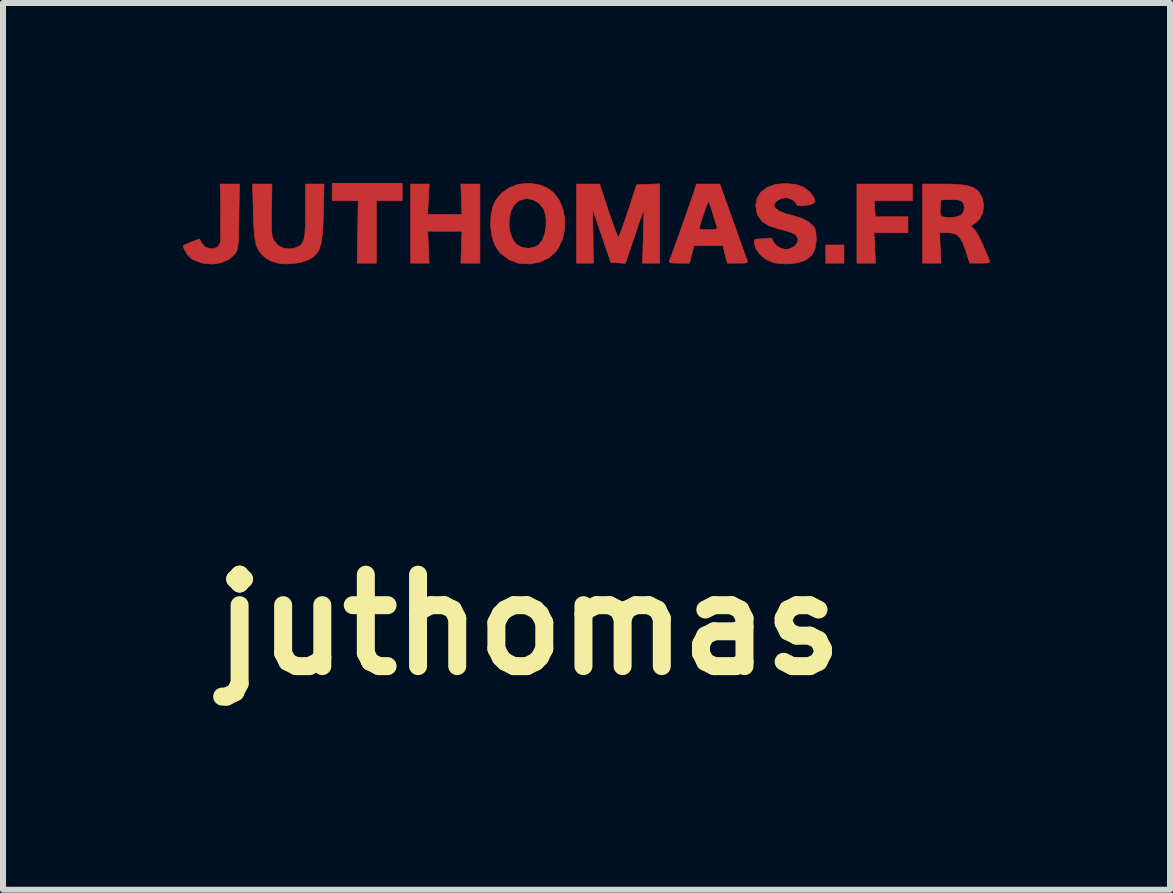
<source format=kicad_pcb>
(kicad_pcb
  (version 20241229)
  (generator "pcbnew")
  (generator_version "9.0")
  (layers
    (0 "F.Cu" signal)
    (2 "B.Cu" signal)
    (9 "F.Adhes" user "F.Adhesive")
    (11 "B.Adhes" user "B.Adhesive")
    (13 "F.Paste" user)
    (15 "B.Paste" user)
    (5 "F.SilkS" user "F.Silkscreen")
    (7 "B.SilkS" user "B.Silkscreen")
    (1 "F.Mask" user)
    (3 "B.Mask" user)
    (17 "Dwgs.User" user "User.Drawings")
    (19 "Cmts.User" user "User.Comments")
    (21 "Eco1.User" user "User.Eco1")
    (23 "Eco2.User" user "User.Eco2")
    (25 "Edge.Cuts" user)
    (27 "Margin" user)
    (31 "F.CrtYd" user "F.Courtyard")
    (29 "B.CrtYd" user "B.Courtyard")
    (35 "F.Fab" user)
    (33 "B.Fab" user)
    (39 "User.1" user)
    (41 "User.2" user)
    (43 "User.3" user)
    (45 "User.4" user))
  (footprint "juthomas"
    (layer "F.Cu")
    (at 6.171 1.567)
    (property "Reference" "juthomas" (at -0.4 5.8 0) (layer "F.SilkS") (effects (font (size 1.524 1.524) (thickness 0.3))))
    (attr through_hole)
    (fp_poly (pts (xy 4.851 -0.229) (xy 4.547 -0.229) (xy 4.547 -0.533) (xy 4.851 -0.533) (xy 4.851 -0.229)) (stroke (width 0.01) (type solid)) (fill yes) (layer "F.Cu"))
    (fp_poly (pts (xy -2.515 -1.27) (xy -2.946 -1.27) (xy -2.946 -0.229) (xy -3.264 -0.229) (xy -3.257 -0.749) (xy -3.249 -1.27) (xy -3.683 -1.27) (xy -3.683 -1.562) (xy -2.515 -1.562) (xy -2.515 -1.27)) (stroke (width 0.01) (type solid)) (fill yes) (layer "F.Cu"))
    (fp_poly (pts (xy 5.994 -1.27) (xy 5.357 -1.27) (xy 5.364 -1.137) (xy 5.372 -1.003) (xy 5.918 -1.003) (xy 5.918 -0.737) (xy 5.353 -0.737) (xy 5.377 -0.229) (xy 5.067 -0.229) (xy 5.067 -1.549) (xy 5.994 -1.549) (xy 5.994 -1.27)) (stroke (width 0.01) (type solid)) (fill yes) (layer "F.Cu"))
    (fp_poly (pts (xy -1.219 -1.549) (xy -1.219 -0.229) (xy -1.378 -0.229) (xy -1.537 -0.229) (xy -1.528 -0.495) (xy -1.519 -0.762) (xy -2.089 -0.762) (xy -2.066 -0.229) (xy -2.375 -0.229) (xy -2.375 -1.549) (xy -2.065 -1.549) (xy -2.09 -1.041) (xy -1.519 -1.041) (xy -1.537 -1.549) (xy -1.219 -1.549)) (stroke (width 0.01) (type solid)) (fill yes) (layer "F.Cu"))
    (fp_poly (pts (xy 1.778 -0.229) (xy 1.491 -0.229) (xy 1.505 -0.673) (xy 1.509 -0.817) (xy 1.512 -0.941) (xy 1.514 -1.038) (xy 1.514 -1.1) (xy 1.513 -1.118) (xy 1.504 -1.095) (xy 1.481 -1.031) (xy 1.448 -0.935) (xy 1.405 -0.812) (xy 1.358 -0.672) (xy 1.206 -0.227) (xy 1.085 -0.234) (xy 0.963 -0.241) (xy 0.661 -1.13) (xy 0.667 -0.679) (xy 0.673 -0.229) (xy 0.394 -0.229) (xy 0.394 -1.549) (xy 0.585 -1.549) (xy 0.776 -1.549) (xy 0.923 -1.105) (xy 0.971 -0.964) (xy 1.014 -0.842) (xy 1.05 -0.746) (xy 1.076 -0.683) (xy 1.089 -0.66) (xy 1.102 -0.683) (xy 1.128 -0.747) (xy 1.164 -0.844) (xy 1.206 -0.966) (xy 1.251 -1.099) (xy 1.394 -1.537) (xy 1.586 -1.544) (xy 1.778 -1.552) (xy 1.778 -0.229)) (stroke (width 0.01) (type solid)) (fill yes) (layer "F.Cu"))
    (fp_poly (pts (xy -5.389 -1.549) (xy -5.229 -1.549) (xy -5.237 -1.005) (xy -5.24 -0.824) (xy -5.243 -0.686) (xy -5.248 -0.585) (xy -5.254 -0.513) (xy -5.263 -0.463) (xy -5.275 -0.428) (xy -5.291 -0.4) (xy -5.299 -0.389) (xy -5.398 -0.296) (xy -5.528 -0.237) (xy -5.678 -0.213) (xy -5.839 -0.229) (xy -5.874 -0.238) (xy -5.957 -0.268) (xy -6.028 -0.305) (xy -6.048 -0.32) (xy -6.092 -0.369) (xy -6.132 -0.43) (xy -6.16 -0.486) (xy -6.166 -0.521) (xy -6.164 -0.524) (xy -6.136 -0.539) (xy -6.075 -0.565) (xy -6.023 -0.585) (xy -5.894 -0.634) (xy -5.856 -0.561) (xy -5.803 -0.502) (xy -5.731 -0.472) (xy -5.655 -0.472) (xy -5.59 -0.501) (xy -5.551 -0.559) (xy -5.549 -0.564) (xy -5.545 -0.608) (xy -5.542 -0.693) (xy -5.541 -0.809) (xy -5.541 -0.949) (xy -5.542 -1.086) (xy -5.55 -1.549) (xy -5.389 -1.549)) (stroke (width 0.01) (type solid)) (fill yes) (layer "F.Cu"))
    (fp_poly (pts (xy -4.694 -1.124) (xy -4.696 -0.962) (xy -4.695 -0.842) (xy -4.692 -0.756) (xy -4.684 -0.694) (xy -4.672 -0.648) (xy -4.656 -0.61) (xy -4.585 -0.523) (xy -4.486 -0.475) (xy -4.371 -0.468) (xy -4.317 -0.48) (xy -4.255 -0.502) (xy -4.208 -0.53) (xy -4.174 -0.572) (xy -4.151 -0.633) (xy -4.137 -0.722) (xy -4.13 -0.844) (xy -4.128 -1.008) (xy -4.128 -1.097) (xy -4.128 -1.549) (xy -3.818 -1.549) (xy -3.828 -1.086) (xy -3.835 -0.872) (xy -3.847 -0.703) (xy -3.866 -0.572) (xy -3.895 -0.472) (xy -3.935 -0.397) (xy -3.989 -0.34) (xy -4.06 -0.296) (xy -4.115 -0.27) (xy -4.224 -0.239) (xy -4.355 -0.22) (xy -4.484 -0.217) (xy -4.572 -0.227) (xy -4.695 -0.263) (xy -4.785 -0.31) (xy -4.854 -0.372) (xy -4.897 -0.425) (xy -4.93 -0.483) (xy -4.954 -0.553) (xy -4.972 -0.645) (xy -4.984 -0.766) (xy -4.992 -0.923) (xy -4.997 -1.086) (xy -5.01 -1.549) (xy -4.848 -1.549) (xy -4.686 -1.549) (xy -4.694 -1.124)) (stroke (width 0.01) (type solid)) (fill yes) (layer "F.Cu"))
    (fp_poly (pts (xy -0.241 -1.54) (xy -0.103 -1.487) (xy 0.015 -1.399) (xy 0.104 -1.277) (xy 0.165 -1.131) (xy 0.195 -0.97) (xy 0.194 -0.803) (xy 0.161 -0.64) (xy 0.093 -0.49) (xy 0.035 -0.409) (xy -0.081 -0.311) (xy -0.227 -0.246) (xy -0.391 -0.216) (xy -0.563 -0.226) (xy -0.579 -0.229) (xy -0.724 -0.283) (xy -0.857 -0.378) (xy -0.907 -0.43) (xy -0.975 -0.543) (xy -1.02 -0.687) (xy -1.041 -0.848) (xy -1.041 -0.848) (xy -0.733 -0.848) (xy -0.711 -0.721) (xy -0.662 -0.609) (xy -0.607 -0.542) (xy -0.515 -0.491) (xy -0.407 -0.476) (xy -0.301 -0.499) (xy -0.237 -0.537) (xy -0.178 -0.614) (xy -0.137 -0.724) (xy -0.116 -0.852) (xy -0.117 -0.981) (xy -0.142 -1.096) (xy -0.16 -1.136) (xy -0.236 -1.231) (xy -0.336 -1.288) (xy -0.447 -1.305) (xy -0.559 -1.276) (xy -0.57 -1.271) (xy -0.647 -1.202) (xy -0.701 -1.101) (xy -0.73 -0.979) (xy -0.733 -0.848) (xy -1.041 -0.848) (xy -1.036 -1.012) (xy -1.006 -1.164) (xy -0.959 -1.274) (xy -0.858 -1.398) (xy -0.727 -1.489) (xy -0.574 -1.545) (xy -0.409 -1.562) (xy -0.241 -1.54)) (stroke (width 0.01) (type solid)) (fill yes) (layer "F.Cu"))
    (fp_poly (pts (xy 6.675 -1.546) (xy 6.822 -1.535) (xy 6.933 -1.515) (xy 7.016 -1.485) (xy 7.076 -1.442) (xy 7.099 -1.419) (xy 7.158 -1.314) (xy 7.18 -1.196) (xy 7.166 -1.077) (xy 7.117 -0.972) (xy 7.045 -0.901) (xy 6.966 -0.847) (xy 7.024 -0.792) (xy 7.06 -0.745) (xy 7.106 -0.662) (xy 7.163 -0.54) (xy 7.235 -0.374) (xy 7.282 -0.26) (xy 7.275 -0.243) (xy 7.233 -0.233) (xy 7.148 -0.229) (xy 7.121 -0.229) (xy 6.947 -0.23) (xy 6.885 -0.426) (xy 6.837 -0.559) (xy 6.788 -0.649) (xy 6.731 -0.704) (xy 6.659 -0.73) (xy 6.576 -0.737) (xy 6.445 -0.737) (xy 6.469 -0.229) (xy 6.16 -0.229) (xy 6.16 -1.095) (xy 6.454 -1.095) (xy 6.459 -1.037) (xy 6.462 -1.026) (xy 6.495 -1.003) (xy 6.561 -0.992) (xy 6.643 -0.991) (xy 6.724 -1.002) (xy 6.789 -1.023) (xy 6.802 -1.03) (xy 6.847 -1.087) (xy 6.858 -1.156) (xy 6.846 -1.226) (xy 6.805 -1.269) (xy 6.73 -1.289) (xy 6.613 -1.29) (xy 6.61 -1.29) (xy 6.464 -1.283) (xy 6.456 -1.172) (xy 6.454 -1.095) (xy 6.16 -1.095) (xy 6.16 -1.549) (xy 6.485 -1.549) (xy 6.675 -1.546)) (stroke (width 0.01) (type solid)) (fill yes) (layer "F.Cu"))
    (fp_poly (pts (xy 2.586 -1.549) (xy 2.781 -1.549) (xy 3.001 -0.933) (xy 3.061 -0.764) (xy 3.116 -0.609) (xy 3.164 -0.476) (xy 3.202 -0.37) (xy 3.228 -0.3) (xy 3.238 -0.273) (xy 3.243 -0.25) (xy 3.226 -0.236) (xy 3.178 -0.23) (xy 3.09 -0.229) (xy 3.081 -0.229) (xy 2.906 -0.229) (xy 2.869 -0.375) (xy 2.832 -0.521) (xy 2.349 -0.521) (xy 2.276 -0.229) (xy 2.1 -0.229) (xy 2.008 -0.23) (xy 1.958 -0.236) (xy 1.939 -0.248) (xy 1.942 -0.271) (xy 1.943 -0.273) (xy 1.962 -0.323) (xy 1.994 -0.41) (xy 2.036 -0.527) (xy 2.085 -0.664) (xy 2.136 -0.806) (xy 2.439 -0.806) (xy 2.462 -0.796) (xy 2.522 -0.79) (xy 2.593 -0.787) (xy 2.677 -0.789) (xy 2.722 -0.796) (xy 2.736 -0.813) (xy 2.733 -0.832) (xy 2.719 -0.877) (xy 2.695 -0.955) (xy 2.667 -1.049) (xy 2.665 -1.054) (xy 2.637 -1.144) (xy 2.612 -1.216) (xy 2.597 -1.254) (xy 2.596 -1.256) (xy 2.585 -1.242) (xy 2.562 -1.191) (xy 2.534 -1.116) (xy 2.503 -1.029) (xy 2.474 -0.942) (xy 2.452 -0.866) (xy 2.44 -0.815) (xy 2.439 -0.806) (xy 2.136 -0.806) (xy 2.138 -0.813) (xy 2.192 -0.965) (xy 2.244 -1.112) (xy 2.29 -1.244) (xy 2.328 -1.354) (xy 2.355 -1.432) (xy 2.366 -1.467) (xy 2.39 -1.549) (xy 2.586 -1.549)) (stroke (width 0.01) (type solid)) (fill yes) (layer "F.Cu"))
    (fp_poly (pts (xy 3.874 -1.558) (xy 4.043 -1.543) (xy 4.176 -1.497) (xy 4.279 -1.418) (xy 4.307 -1.385) (xy 4.356 -1.311) (xy 4.369 -1.259) (xy 4.342 -1.224) (xy 4.272 -1.202) (xy 4.159 -1.187) (xy 4.098 -1.187) (xy 4.066 -1.195) (xy 4.064 -1.199) (xy 4.042 -1.245) (xy 3.987 -1.288) (xy 3.916 -1.316) (xy 3.873 -1.321) (xy 3.799 -1.306) (xy 3.732 -1.268) (xy 3.69 -1.22) (xy 3.683 -1.194) (xy 3.708 -1.143) (xy 3.778 -1.095) (xy 3.888 -1.052) (xy 3.97 -1.031) (xy 4.145 -0.978) (xy 4.274 -0.91) (xy 4.355 -0.826) (xy 4.363 -0.812) (xy 4.383 -0.741) (xy 4.389 -0.637) (xy 4.388 -0.591) (xy 4.366 -0.458) (xy 4.314 -0.36) (xy 4.225 -0.289) (xy 4.177 -0.265) (xy 4.062 -0.233) (xy 3.922 -0.217) (xy 3.781 -0.22) (xy 3.676 -0.238) (xy 3.556 -0.29) (xy 3.456 -0.369) (xy 3.385 -0.464) (xy 3.354 -0.565) (xy 3.353 -0.583) (xy 3.36 -0.616) (xy 3.391 -0.631) (xy 3.457 -0.635) (xy 3.465 -0.635) (xy 3.543 -0.638) (xy 3.602 -0.646) (xy 3.614 -0.649) (xy 3.649 -0.64) (xy 3.668 -0.599) (xy 3.706 -0.537) (xy 3.778 -0.487) (xy 3.865 -0.459) (xy 3.896 -0.457) (xy 3.959 -0.474) (xy 4.024 -0.513) (xy 4.028 -0.516) (xy 4.075 -0.568) (xy 4.085 -0.62) (xy 4.081 -0.64) (xy 4.064 -0.68) (xy 4.029 -0.712) (xy 3.969 -0.741) (xy 3.874 -0.771) (xy 3.75 -0.803) (xy 3.599 -0.854) (xy 3.491 -0.922) (xy 3.421 -1.012) (xy 3.402 -1.058) (xy 3.38 -1.193) (xy 3.403 -1.314) (xy 3.467 -1.415) (xy 3.57 -1.492) (xy 3.706 -1.541) (xy 3.871 -1.558) (xy 3.874 -1.558)) (stroke (width 0.01) (type solid)) (fill yes) (layer "F.Cu"))
    (fp_poly (pts (xy 4.851 -0.229) (xy 4.547 -0.229) (xy 4.547 -0.533) (xy 4.851 -0.533) (xy 4.851 -0.229)) (stroke (width 0.01) (type solid)) (fill yes) (layer "F.Mask"))
    (fp_poly (pts (xy -2.515 -1.27) (xy -2.946 -1.27) (xy -2.946 -0.229) (xy -3.264 -0.229) (xy -3.257 -0.749) (xy -3.249 -1.27) (xy -3.683 -1.27) (xy -3.683 -1.562) (xy -2.515 -1.562) (xy -2.515 -1.27)) (stroke (width 0.01) (type solid)) (fill yes) (layer "F.Mask"))
    (fp_poly (pts (xy 5.994 -1.27) (xy 5.357 -1.27) (xy 5.364 -1.137) (xy 5.372 -1.003) (xy 5.918 -1.003) (xy 5.918 -0.737) (xy 5.353 -0.737) (xy 5.377 -0.229) (xy 5.067 -0.229) (xy 5.067 -1.549) (xy 5.994 -1.549) (xy 5.994 -1.27)) (stroke (width 0.01) (type solid)) (fill yes) (layer "F.Mask"))
    (fp_poly (pts (xy -1.219 -1.549) (xy -1.219 -0.229) (xy -1.378 -0.229) (xy -1.537 -0.229) (xy -1.528 -0.495) (xy -1.519 -0.762) (xy -2.089 -0.762) (xy -2.066 -0.229) (xy -2.375 -0.229) (xy -2.375 -1.549) (xy -2.065 -1.549) (xy -2.09 -1.041) (xy -1.519 -1.041) (xy -1.537 -1.549) (xy -1.219 -1.549)) (stroke (width 0.01) (type solid)) (fill yes) (layer "F.Mask"))
    (fp_poly (pts (xy 1.778 -0.229) (xy 1.491 -0.229) (xy 1.505 -0.673) (xy 1.509 -0.817) (xy 1.512 -0.941) (xy 1.514 -1.038) (xy 1.514 -1.1) (xy 1.513 -1.118) (xy 1.504 -1.095) (xy 1.481 -1.031) (xy 1.448 -0.935) (xy 1.405 -0.812) (xy 1.358 -0.672) (xy 1.206 -0.227) (xy 1.085 -0.234) (xy 0.963 -0.241) (xy 0.661 -1.13) (xy 0.667 -0.679) (xy 0.673 -0.229) (xy 0.394 -0.229) (xy 0.394 -1.549) (xy 0.585 -1.549) (xy 0.776 -1.549) (xy 0.923 -1.105) (xy 0.971 -0.964) (xy 1.014 -0.842) (xy 1.05 -0.746) (xy 1.076 -0.683) (xy 1.089 -0.66) (xy 1.102 -0.683) (xy 1.128 -0.747) (xy 1.164 -0.844) (xy 1.206 -0.966) (xy 1.251 -1.099) (xy 1.394 -1.537) (xy 1.586 -1.544) (xy 1.778 -1.552) (xy 1.778 -0.229)) (stroke (width 0.01) (type solid)) (fill yes) (layer "F.Mask"))
    (fp_poly (pts (xy -5.389 -1.549) (xy -5.229 -1.549) (xy -5.237 -1.005) (xy -5.24 -0.824) (xy -5.243 -0.686) (xy -5.248 -0.585) (xy -5.254 -0.513) (xy -5.263 -0.463) (xy -5.275 -0.428) (xy -5.291 -0.4) (xy -5.299 -0.389) (xy -5.398 -0.296) (xy -5.528 -0.237) (xy -5.678 -0.213) (xy -5.839 -0.229) (xy -5.874 -0.238) (xy -5.957 -0.268) (xy -6.028 -0.305) (xy -6.048 -0.32) (xy -6.092 -0.369) (xy -6.132 -0.43) (xy -6.16 -0.486) (xy -6.166 -0.521) (xy -6.164 -0.524) (xy -6.136 -0.539) (xy -6.075 -0.565) (xy -6.023 -0.585) (xy -5.894 -0.634) (xy -5.856 -0.561) (xy -5.803 -0.502) (xy -5.731 -0.472) (xy -5.655 -0.472) (xy -5.59 -0.501) (xy -5.551 -0.559) (xy -5.549 -0.564) (xy -5.545 -0.608) (xy -5.542 -0.693) (xy -5.541 -0.809) (xy -5.541 -0.949) (xy -5.542 -1.086) (xy -5.55 -1.549) (xy -5.389 -1.549)) (stroke (width 0.01) (type solid)) (fill yes) (layer "F.Mask"))
    (fp_poly (pts (xy -4.694 -1.124) (xy -4.696 -0.962) (xy -4.695 -0.842) (xy -4.692 -0.756) (xy -4.684 -0.694) (xy -4.672 -0.648) (xy -4.656 -0.61) (xy -4.585 -0.523) (xy -4.486 -0.475) (xy -4.371 -0.468) (xy -4.317 -0.48) (xy -4.255 -0.502) (xy -4.208 -0.53) (xy -4.174 -0.572) (xy -4.151 -0.633) (xy -4.137 -0.722) (xy -4.13 -0.844) (xy -4.128 -1.008) (xy -4.128 -1.097) (xy -4.128 -1.549) (xy -3.818 -1.549) (xy -3.828 -1.086) (xy -3.835 -0.872) (xy -3.847 -0.703) (xy -3.866 -0.572) (xy -3.895 -0.472) (xy -3.935 -0.397) (xy -3.989 -0.34) (xy -4.06 -0.296) (xy -4.115 -0.27) (xy -4.224 -0.239) (xy -4.355 -0.22) (xy -4.484 -0.217) (xy -4.572 -0.227) (xy -4.695 -0.263) (xy -4.785 -0.31) (xy -4.854 -0.372) (xy -4.897 -0.425) (xy -4.93 -0.483) (xy -4.954 -0.553) (xy -4.972 -0.645) (xy -4.984 -0.766) (xy -4.992 -0.923) (xy -4.997 -1.086) (xy -5.01 -1.549) (xy -4.848 -1.549) (xy -4.686 -1.549) (xy -4.694 -1.124)) (stroke (width 0.01) (type solid)) (fill yes) (layer "F.Mask"))
    (fp_poly (pts (xy -0.241 -1.54) (xy -0.103 -1.487) (xy 0.015 -1.399) (xy 0.104 -1.277) (xy 0.165 -1.131) (xy 0.195 -0.97) (xy 0.194 -0.803) (xy 0.161 -0.64) (xy 0.093 -0.49) (xy 0.035 -0.409) (xy -0.081 -0.311) (xy -0.227 -0.246) (xy -0.391 -0.216) (xy -0.563 -0.226) (xy -0.579 -0.229) (xy -0.724 -0.283) (xy -0.857 -0.378) (xy -0.907 -0.43) (xy -0.975 -0.543) (xy -1.02 -0.687) (xy -1.041 -0.848) (xy -1.041 -0.848) (xy -0.733 -0.848) (xy -0.711 -0.721) (xy -0.662 -0.609) (xy -0.607 -0.542) (xy -0.515 -0.491) (xy -0.407 -0.476) (xy -0.301 -0.499) (xy -0.237 -0.537) (xy -0.178 -0.614) (xy -0.137 -0.724) (xy -0.116 -0.852) (xy -0.117 -0.981) (xy -0.142 -1.096) (xy -0.16 -1.136) (xy -0.236 -1.231) (xy -0.336 -1.288) (xy -0.447 -1.305) (xy -0.559 -1.276) (xy -0.57 -1.271) (xy -0.647 -1.202) (xy -0.701 -1.101) (xy -0.73 -0.979) (xy -0.733 -0.848) (xy -1.041 -0.848) (xy -1.036 -1.012) (xy -1.006 -1.164) (xy -0.959 -1.274) (xy -0.858 -1.398) (xy -0.727 -1.489) (xy -0.574 -1.545) (xy -0.409 -1.562) (xy -0.241 -1.54)) (stroke (width 0.01) (type solid)) (fill yes) (layer "F.Mask"))
    (fp_poly (pts (xy 6.675 -1.546) (xy 6.822 -1.535) (xy 6.933 -1.515) (xy 7.016 -1.485) (xy 7.076 -1.442) (xy 7.099 -1.419) (xy 7.158 -1.314) (xy 7.18 -1.196) (xy 7.166 -1.077) (xy 7.117 -0.972) (xy 7.045 -0.901) (xy 6.966 -0.847) (xy 7.024 -0.792) (xy 7.06 -0.745) (xy 7.106 -0.662) (xy 7.163 -0.54) (xy 7.235 -0.374) (xy 7.282 -0.26) (xy 7.275 -0.243) (xy 7.233 -0.233) (xy 7.148 -0.229) (xy 7.121 -0.229) (xy 6.947 -0.23) (xy 6.885 -0.426) (xy 6.837 -0.559) (xy 6.788 -0.649) (xy 6.731 -0.704) (xy 6.659 -0.73) (xy 6.576 -0.737) (xy 6.445 -0.737) (xy 6.469 -0.229) (xy 6.16 -0.229) (xy 6.16 -1.095) (xy 6.454 -1.095) (xy 6.459 -1.037) (xy 6.462 -1.026) (xy 6.495 -1.003) (xy 6.561 -0.992) (xy 6.643 -0.991) (xy 6.724 -1.002) (xy 6.789 -1.023) (xy 6.802 -1.03) (xy 6.847 -1.087) (xy 6.858 -1.156) (xy 6.846 -1.226) (xy 6.805 -1.269) (xy 6.73 -1.289) (xy 6.613 -1.29) (xy 6.61 -1.29) (xy 6.464 -1.283) (xy 6.456 -1.172) (xy 6.454 -1.095) (xy 6.16 -1.095) (xy 6.16 -1.549) (xy 6.485 -1.549) (xy 6.675 -1.546)) (stroke (width 0.01) (type solid)) (fill yes) (layer "F.Mask"))
    (fp_poly (pts (xy 2.586 -1.549) (xy 2.781 -1.549) (xy 3.001 -0.933) (xy 3.061 -0.764) (xy 3.116 -0.609) (xy 3.164 -0.476) (xy 3.202 -0.37) (xy 3.228 -0.3) (xy 3.238 -0.273) (xy 3.243 -0.25) (xy 3.226 -0.236) (xy 3.178 -0.23) (xy 3.09 -0.229) (xy 3.081 -0.229) (xy 2.906 -0.229) (xy 2.869 -0.375) (xy 2.832 -0.521) (xy 2.349 -0.521) (xy 2.276 -0.229) (xy 2.1 -0.229) (xy 2.008 -0.23) (xy 1.958 -0.236) (xy 1.939 -0.248) (xy 1.942 -0.271) (xy 1.943 -0.273) (xy 1.962 -0.323) (xy 1.994 -0.41) (xy 2.036 -0.527) (xy 2.085 -0.664) (xy 2.136 -0.806) (xy 2.439 -0.806) (xy 2.462 -0.796) (xy 2.522 -0.79) (xy 2.593 -0.787) (xy 2.677 -0.789) (xy 2.722 -0.796) (xy 2.736 -0.813) (xy 2.733 -0.832) (xy 2.719 -0.877) (xy 2.695 -0.955) (xy 2.667 -1.049) (xy 2.665 -1.054) (xy 2.637 -1.144) (xy 2.612 -1.216) (xy 2.597 -1.254) (xy 2.596 -1.256) (xy 2.585 -1.242) (xy 2.562 -1.191) (xy 2.534 -1.116) (xy 2.503 -1.029) (xy 2.474 -0.942) (xy 2.452 -0.866) (xy 2.44 -0.815) (xy 2.439 -0.806) (xy 2.136 -0.806) (xy 2.138 -0.813) (xy 2.192 -0.965) (xy 2.244 -1.112) (xy 2.29 -1.244) (xy 2.328 -1.354) (xy 2.355 -1.432) (xy 2.366 -1.467) (xy 2.39 -1.549) (xy 2.586 -1.549)) (stroke (width 0.01) (type solid)) (fill yes) (layer "F.Mask"))
    (fp_poly (pts (xy 3.874 -1.558) (xy 4.043 -1.543) (xy 4.176 -1.497) (xy 4.279 -1.418) (xy 4.307 -1.385) (xy 4.356 -1.311) (xy 4.369 -1.259) (xy 4.342 -1.224) (xy 4.272 -1.202) (xy 4.159 -1.187) (xy 4.098 -1.187) (xy 4.066 -1.195) (xy 4.064 -1.199) (xy 4.042 -1.245) (xy 3.987 -1.288) (xy 3.916 -1.316) (xy 3.873 -1.321) (xy 3.799 -1.306) (xy 3.732 -1.268) (xy 3.69 -1.22) (xy 3.683 -1.194) (xy 3.708 -1.143) (xy 3.778 -1.095) (xy 3.888 -1.052) (xy 3.97 -1.031) (xy 4.145 -0.978) (xy 4.274 -0.91) (xy 4.355 -0.826) (xy 4.363 -0.812) (xy 4.383 -0.741) (xy 4.389 -0.637) (xy 4.388 -0.591) (xy 4.366 -0.458) (xy 4.314 -0.36) (xy 4.225 -0.289) (xy 4.177 -0.265) (xy 4.062 -0.233) (xy 3.922 -0.217) (xy 3.781 -0.22) (xy 3.676 -0.238) (xy 3.556 -0.29) (xy 3.456 -0.369) (xy 3.385 -0.464) (xy 3.354 -0.565) (xy 3.353 -0.583) (xy 3.36 -0.616) (xy 3.391 -0.631) (xy 3.457 -0.635) (xy 3.465 -0.635) (xy 3.543 -0.638) (xy 3.602 -0.646) (xy 3.614 -0.649) (xy 3.649 -0.64) (xy 3.668 -0.599) (xy 3.706 -0.537) (xy 3.778 -0.487) (xy 3.865 -0.459) (xy 3.896 -0.457) (xy 3.959 -0.474) (xy 4.024 -0.513) (xy 4.028 -0.516) (xy 4.075 -0.568) (xy 4.085 -0.62) (xy 4.081 -0.64) (xy 4.064 -0.68) (xy 4.029 -0.712) (xy 3.969 -0.741) (xy 3.874 -0.771) (xy 3.75 -0.803) (xy 3.599 -0.854) (xy 3.491 -0.922) (xy 3.421 -1.012) (xy 3.402 -1.058) (xy 3.38 -1.193) (xy 3.403 -1.314) (xy 3.467 -1.415) (xy 3.57 -1.492) (xy 3.706 -1.541) (xy 3.871 -1.558) (xy 3.874 -1.558)) (stroke (width 0.01) (type solid)) (fill yes) (layer "F.Mask")))
  (gr_rect
    (start -3 -3)
    (end 16.458 11.785)
    (stroke (width 0.1) (type default))
    (fill no)
    (layer "Edge.Cuts")))
</source>
